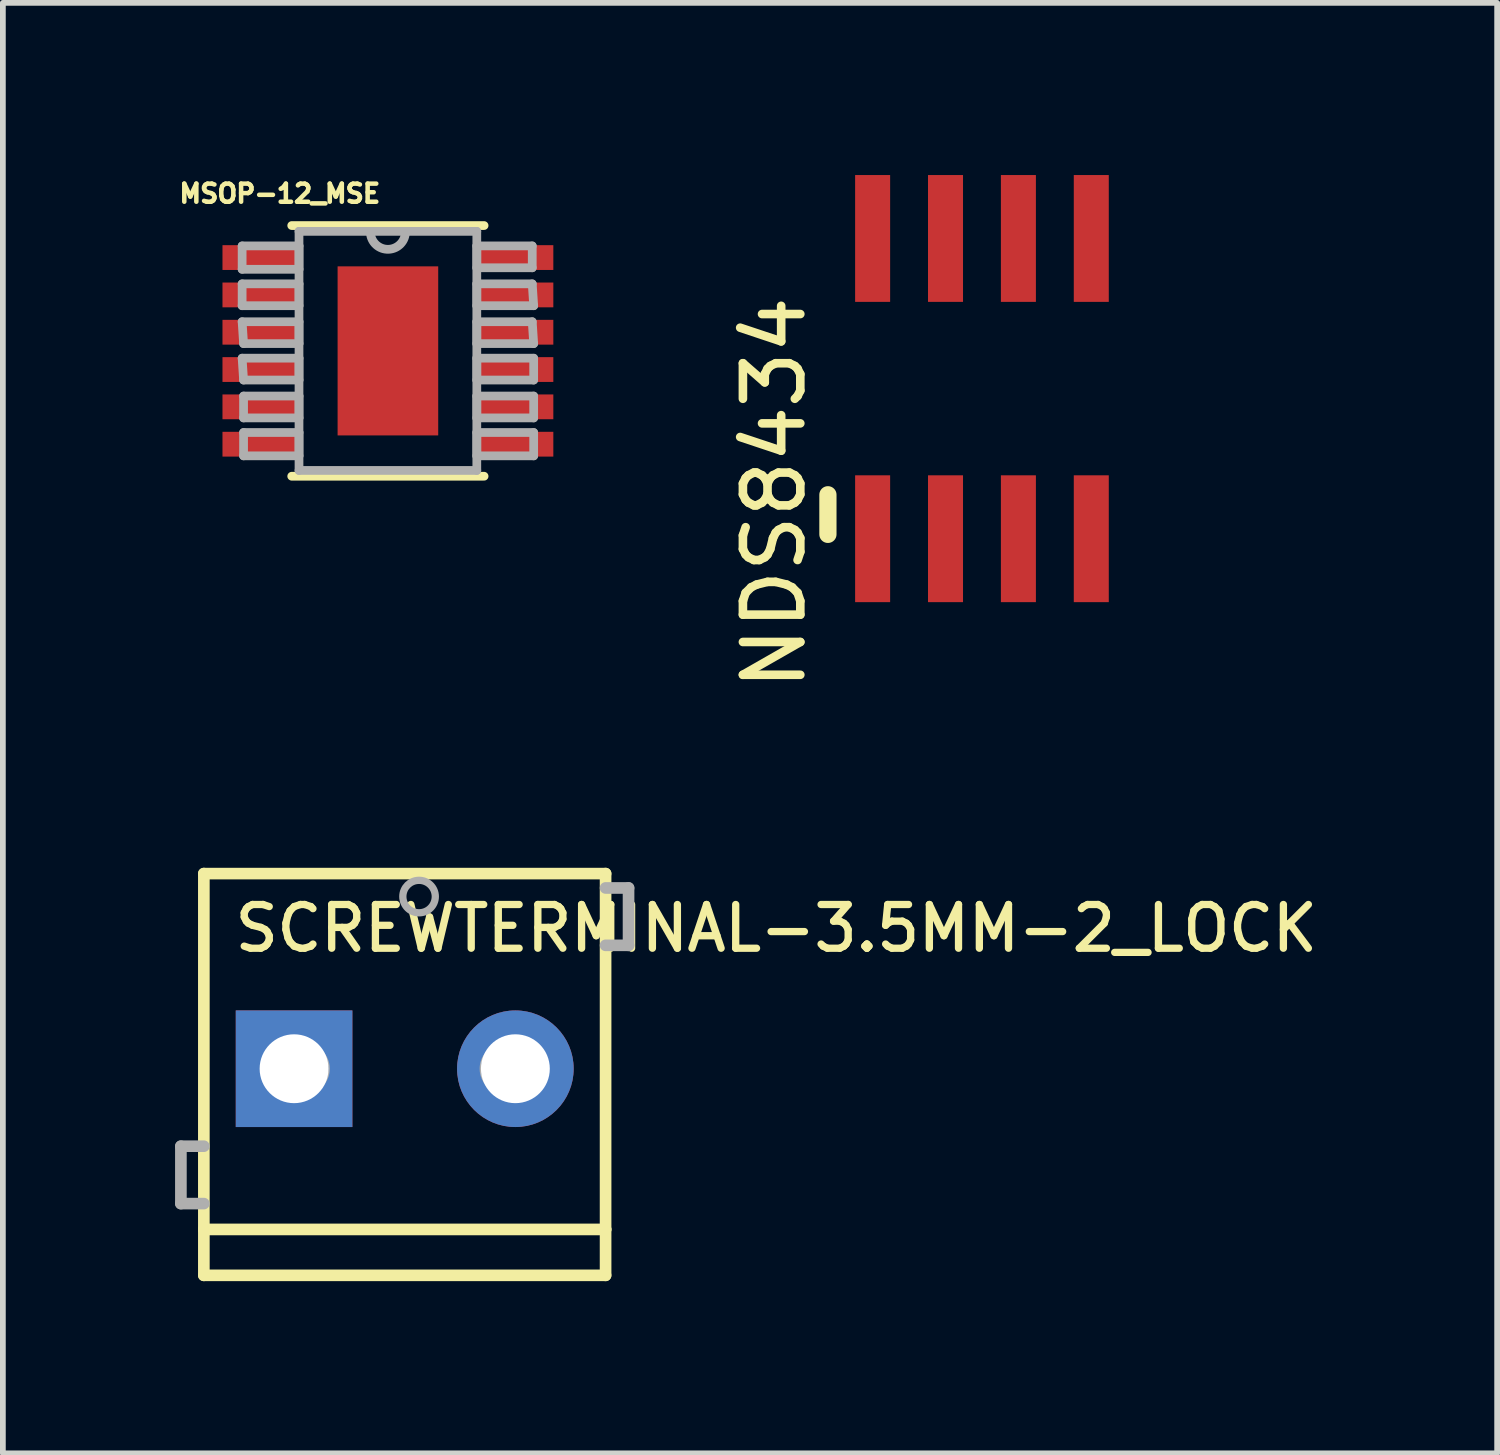
<source format=kicad_pcb>
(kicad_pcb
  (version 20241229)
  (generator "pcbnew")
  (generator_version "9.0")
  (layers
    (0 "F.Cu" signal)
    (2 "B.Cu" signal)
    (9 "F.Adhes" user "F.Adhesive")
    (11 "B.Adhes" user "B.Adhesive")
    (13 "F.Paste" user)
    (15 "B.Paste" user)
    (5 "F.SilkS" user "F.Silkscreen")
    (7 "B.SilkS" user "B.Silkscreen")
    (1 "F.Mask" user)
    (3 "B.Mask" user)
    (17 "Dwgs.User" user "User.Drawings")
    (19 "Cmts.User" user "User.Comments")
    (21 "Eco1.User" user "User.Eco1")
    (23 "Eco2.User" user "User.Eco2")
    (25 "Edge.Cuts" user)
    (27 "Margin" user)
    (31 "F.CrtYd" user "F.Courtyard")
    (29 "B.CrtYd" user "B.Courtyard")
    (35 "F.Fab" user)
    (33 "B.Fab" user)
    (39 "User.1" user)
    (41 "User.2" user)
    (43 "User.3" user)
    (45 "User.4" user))
  (footprint "MSOP-12_MSE"
    (layer "F.Cu")
    (at 3.709 3.064)
    (property "Reference" "MSOP-12_MSE" (at -1.883 -2.741 0) (layer "F.SilkS") (effects (font (size 0.315 0.315) (thickness 0.15))))
    (attr through_hole)
    (fp_line (start -1.676 2.184) (end 1.676 2.184) (stroke (width 0.152) (type solid)) (layer "F.SilkS"))
    (fp_line (start 1.676 -2.184) (end -1.676 -2.184) (stroke (width 0.152) (type solid)) (layer "F.SilkS"))
    (fp_poly (pts (xy -0.776 -1.373) (xy -0.776 -0.1) (xy 0.776 -0.1) (xy 0.776 -1.373)) (stroke (width 0.025) (type solid)) (fill yes) (layer "F.Paste"))
    (fp_poly (pts (xy -0.776 0.1) (xy -0.776 1.373) (xy 0.776 1.373) (xy 0.776 0.1)) (stroke (width 0.025) (type solid)) (fill yes) (layer "F.Paste"))
    (fp_line (start -2.54 -1.829) (end -2.54 -1.422) (stroke (width 0.152) (type solid)) (layer "F.Fab"))
    (fp_line (start -2.54 -1.422) (end -1.549 -1.422) (stroke (width 0.152) (type solid)) (layer "F.Fab"))
    (fp_line (start -2.54 -1.168) (end -2.54 -0.787) (stroke (width 0.152) (type solid)) (layer "F.Fab"))
    (fp_line (start -2.54 -0.787) (end -1.549 -0.787) (stroke (width 0.152) (type solid)) (layer "F.Fab"))
    (fp_line (start -2.54 -0.508) (end -2.515 -0.127) (stroke (width 0.152) (type solid)) (layer "F.Fab"))
    (fp_line (start -2.54 0.127) (end -2.515 0.508) (stroke (width 0.152) (type solid)) (layer "F.Fab"))
    (fp_line (start -2.515 -0.127) (end -1.549 -0.127) (stroke (width 0.152) (type solid)) (layer "F.Fab"))
    (fp_line (start -2.515 0.508) (end -1.549 0.508) (stroke (width 0.152) (type solid)) (layer "F.Fab"))
    (fp_line (start -2.515 0.787) (end -2.515 1.168) (stroke (width 0.152) (type solid)) (layer "F.Fab"))
    (fp_line (start -2.515 1.168) (end -1.549 1.168) (stroke (width 0.152) (type solid)) (layer "F.Fab"))
    (fp_line (start -2.515 1.422) (end -2.515 1.829) (stroke (width 0.152) (type solid)) (layer "F.Fab"))
    (fp_line (start -2.515 1.829) (end -1.549 1.829) (stroke (width 0.152) (type solid)) (layer "F.Fab"))
    (fp_line (start -1.549 -2.083) (end -1.549 2.083) (stroke (width 0.152) (type solid)) (layer "F.Fab"))
    (fp_line (start -1.549 -1.829) (end -2.54 -1.829) (stroke (width 0.152) (type solid)) (layer "F.Fab"))
    (fp_line (start -1.549 -1.422) (end -1.549 -1.829) (stroke (width 0.152) (type solid)) (layer "F.Fab"))
    (fp_line (start -1.549 -1.168) (end -2.54 -1.168) (stroke (width 0.152) (type solid)) (layer "F.Fab"))
    (fp_line (start -1.549 -0.787) (end -1.549 -1.168) (stroke (width 0.152) (type solid)) (layer "F.Fab"))
    (fp_line (start -1.549 -0.508) (end -2.54 -0.508) (stroke (width 0.152) (type solid)) (layer "F.Fab"))
    (fp_line (start -1.549 -0.127) (end -1.549 -0.508) (stroke (width 0.152) (type solid)) (layer "F.Fab"))
    (fp_line (start -1.549 0.127) (end -2.54 0.127) (stroke (width 0.152) (type solid)) (layer "F.Fab"))
    (fp_line (start -1.549 0.508) (end -1.549 0.127) (stroke (width 0.152) (type solid)) (layer "F.Fab"))
    (fp_line (start -1.549 0.787) (end -2.515 0.787) (stroke (width 0.152) (type solid)) (layer "F.Fab"))
    (fp_line (start -1.549 1.168) (end -1.549 0.787) (stroke (width 0.152) (type solid)) (layer "F.Fab"))
    (fp_line (start -1.549 1.422) (end -2.515 1.422) (stroke (width 0.152) (type solid)) (layer "F.Fab"))
    (fp_line (start -1.549 1.829) (end -1.549 1.422) (stroke (width 0.152) (type solid)) (layer "F.Fab"))
    (fp_line (start -1.549 2.083) (end 1.549 2.083) (stroke (width 0.152) (type solid)) (layer "F.Fab"))
    (fp_line (start 0.305 -2.083) (end -1.549 -2.083) (stroke (width 0.152) (type solid)) (layer "F.Fab"))
    (fp_line (start 1.549 -2.083) (end 0.305 -2.083) (stroke (width 0.152) (type solid)) (layer "F.Fab"))
    (fp_line (start 1.549 -1.829) (end 1.549 -1.448) (stroke (width 0.152) (type solid)) (layer "F.Fab"))
    (fp_line (start 1.549 -1.448) (end 2.515 -1.448) (stroke (width 0.152) (type solid)) (layer "F.Fab"))
    (fp_line (start 1.549 -1.168) (end 1.549 -0.787) (stroke (width 0.152) (type solid)) (layer "F.Fab"))
    (fp_line (start 1.549 -0.787) (end 2.54 -0.787) (stroke (width 0.152) (type solid)) (layer "F.Fab"))
    (fp_line (start 1.549 -0.508) (end 1.549 -0.127) (stroke (width 0.152) (type solid)) (layer "F.Fab"))
    (fp_line (start 1.549 -0.127) (end 2.54 -0.127) (stroke (width 0.152) (type solid)) (layer "F.Fab"))
    (fp_line (start 1.549 0.127) (end 1.549 0.508) (stroke (width 0.152) (type solid)) (layer "F.Fab"))
    (fp_line (start 1.549 0.508) (end 2.54 0.508) (stroke (width 0.152) (type solid)) (layer "F.Fab"))
    (fp_line (start 1.549 0.787) (end 1.549 1.168) (stroke (width 0.152) (type solid)) (layer "F.Fab"))
    (fp_line (start 1.549 1.168) (end 2.54 1.168) (stroke (width 0.152) (type solid)) (layer "F.Fab"))
    (fp_line (start 1.549 1.422) (end 1.549 1.829) (stroke (width 0.152) (type solid)) (layer "F.Fab"))
    (fp_line (start 1.549 1.829) (end 2.54 1.829) (stroke (width 0.152) (type solid)) (layer "F.Fab"))
    (fp_line (start 1.549 2.083) (end 1.549 -2.083) (stroke (width 0.152) (type solid)) (layer "F.Fab"))
    (fp_line (start 2.515 -1.829) (end 1.549 -1.829) (stroke (width 0.152) (type solid)) (layer "F.Fab"))
    (fp_line (start 2.515 -1.448) (end 2.515 -1.829) (stroke (width 0.152) (type solid)) (layer "F.Fab"))
    (fp_line (start 2.515 -1.168) (end 1.549 -1.168) (stroke (width 0.152) (type solid)) (layer "F.Fab"))
    (fp_line (start 2.515 -0.508) (end 1.549 -0.508) (stroke (width 0.152) (type solid)) (layer "F.Fab"))
    (fp_line (start 2.54 -0.787) (end 2.515 -1.168) (stroke (width 0.152) (type solid)) (layer "F.Fab"))
    (fp_line (start 2.54 -0.127) (end 2.515 -0.508) (stroke (width 0.152) (type solid)) (layer "F.Fab"))
    (fp_line (start 2.54 0.127) (end 1.549 0.127) (stroke (width 0.152) (type solid)) (layer "F.Fab"))
    (fp_line (start 2.54 0.508) (end 2.54 0.127) (stroke (width 0.152) (type solid)) (layer "F.Fab"))
    (fp_line (start 2.54 0.787) (end 1.549 0.787) (stroke (width 0.152) (type solid)) (layer "F.Fab"))
    (fp_line (start 2.54 1.168) (end 2.54 0.787) (stroke (width 0.152) (type solid)) (layer "F.Fab"))
    (fp_line (start 2.54 1.422) (end 1.549 1.422) (stroke (width 0.152) (type solid)) (layer "F.Fab"))
    (fp_line (start 2.54 1.829) (end 2.54 1.422) (stroke (width 0.152) (type solid)) (layer "F.Fab"))
    (fp_arc (start 0.3048 -2.0828) (mid 0.0127 -1.7653) (end -0.3048 -2.0574) (stroke (width 0.1524) (type solid)) (layer "F.Fab"))
    (pad "1" smd rect (at -2.184 -1.626) (size 1.397 0.432) (layers "F.Cu" "F.Mask" "F.Paste"))
    (pad "2" smd rect (at -2.184 -0.975) (size 1.397 0.432) (layers "F.Cu" "F.Mask" "F.Paste"))
    (pad "3" smd rect (at -2.184 -0.325) (size 1.397 0.432) (layers "F.Cu" "F.Mask" "F.Paste"))
    (pad "4" smd rect (at -2.184 0.325) (size 1.397 0.432) (layers "F.Cu" "F.Mask" "F.Paste"))
    (pad "5" smd rect (at -2.184 0.975) (size 1.397 0.432) (layers "F.Cu" "F.Mask" "F.Paste"))
    (pad "6" smd rect (at -2.184 1.626) (size 1.397 0.432) (layers "F.Cu" "F.Mask" "F.Paste"))
    (pad "7" smd rect (at 2.184 1.626) (size 1.397 0.432) (layers "F.Cu" "F.Mask" "F.Paste"))
    (pad "8" smd rect (at 2.184 0.975) (size 1.397 0.432) (layers "F.Cu" "F.Mask" "F.Paste"))
    (pad "9" smd rect (at 2.184 0.325) (size 1.397 0.432) (layers "F.Cu" "F.Mask" "F.Paste"))
    (pad "10" smd rect (at 2.184 -0.325) (size 1.397 0.432) (layers "F.Cu" "F.Mask" "F.Paste"))
    (pad "11" smd rect (at 2.184 -0.975) (size 1.397 0.432) (layers "F.Cu" "F.Mask" "F.Paste"))
    (pad "12" smd rect (at 2.184 -1.626) (size 1.397 0.432) (layers "F.Cu" "F.Mask" "F.Paste"))
    (pad "13" smd rect (at 0 0) (size 1.753 2.946) (layers "F.Cu" "F.Mask")))
  (footprint "NDS8434"
    (layer "F.Cu")
    (at 14.06 3.721)
    (property "Reference" "NDS8434" (at -3.62 1.82 90) (layer "F.SilkS") (effects (font (size 1 1) (thickness 0.15))))
    (attr smd)
    (fp_line (start -2.684 1.85) (end -2.684 2.54) (stroke (width 0.3) (type solid)) (layer "F.SilkS"))
    (fp_poly (pts (xy -2.087 1.854) (xy -1.727 1.854) (xy -1.727 2.876) (xy -2.087 2.876)) (stroke (width 0.1) (type solid)) (fill no) (layer "Eco2.User"))
    (fp_poly (pts (xy -2.084 -2.87) (xy -1.727 -2.87) (xy -1.727 -1.855) (xy -2.084 -1.855)) (stroke (width 0.1) (type solid)) (fill no) (layer "Eco2.User"))
    (fp_poly (pts (xy -0.813 -2.87) (xy -0.457 -2.87) (xy -0.457 -1.855) (xy -0.813 -1.855)) (stroke (width 0.1) (type solid)) (fill no) (layer "Eco2.User"))
    (fp_poly (pts (xy -0.813 1.854) (xy -0.457 1.854) (xy -0.457 2.872) (xy -0.813 2.872)) (stroke (width 0.1) (type solid)) (fill no) (layer "Eco2.User"))
    (fp_poly (pts (xy 0.457 -2.87) (xy 0.813 -2.87) (xy 0.813 -1.855) (xy 0.457 -1.855)) (stroke (width 0.1) (type solid)) (fill no) (layer "Eco2.User"))
    (fp_poly (pts (xy 0.458 1.854) (xy 0.813 1.854) (xy 0.813 2.872) (xy 0.458 2.872)) (stroke (width 0.1) (type solid)) (fill no) (layer "Eco2.User"))
    (fp_poly (pts (xy 1.728 1.854) (xy 2.083 1.854) (xy 2.083 2.871) (xy 1.728 2.871)) (stroke (width 0.1) (type solid)) (fill no) (layer "Eco2.User"))
    (fp_poly (pts (xy 1.73 -2.87) (xy 2.083 -2.87) (xy 2.083 -1.857) (xy 1.73 -1.857)) (stroke (width 0.1) (type solid)) (fill no) (layer "Eco2.User"))
    (pad "1" smd rect (at -1.905 2.616) (size 0.61 2.21) (layers "F.Cu" "F.Mask" "F.Paste"))
    (pad "2" smd rect (at -0.635 2.616) (size 0.61 2.21) (layers "F.Cu" "F.Mask" "F.Paste"))
    (pad "3" smd rect (at 0.635 2.616) (size 0.61 2.21) (layers "F.Cu" "F.Mask" "F.Paste"))
    (pad "4" smd rect (at 1.905 2.616) (size 0.61 2.21) (layers "F.Cu" "F.Mask" "F.Paste"))
    (pad "5" smd rect (at 1.905 -2.616) (size 0.61 2.21) (layers "F.Cu" "F.Mask" "F.Paste"))
    (pad "6" smd rect (at 0.635 -2.616) (size 0.61 2.21) (layers "F.Cu" "F.Mask" "F.Paste"))
    (pad "7" smd rect (at -0.635 -2.616) (size 0.61 2.21) (layers "F.Cu" "F.Mask" "F.Paste"))
    (pad "8" smd rect (at -1.905 -2.616) (size 0.61 2.21) (layers "F.Cu" "F.Mask" "F.Paste")))
  (footprint "SCREWTERMINAL-3.5MM-2_LOCK"
    (layer "F.Cu")
    (at 2.252 15.572)
    (property "Reference" "SCREWTERMINAL-3.5MM-2_LOCK" (at -1.275 -2 0) (layer "F.SilkS") (effects (font (size 0.762 0.762) (thickness 0.127)) (justify left bottom)))
    (attr through_hole)
    (fp_line (start -1.75 -3.4) (end 5.25 -3.4) (stroke (width 0.203) (type solid)) (layer "F.SilkS"))
    (fp_line (start -1.75 2.8) (end -1.75 -3.4) (stroke (width 0.203) (type solid)) (layer "F.SilkS"))
    (fp_line (start -1.75 3.6) (end -1.75 2.8) (stroke (width 0.203) (type solid)) (layer "F.SilkS"))
    (fp_line (start 5.25 -3.4) (end 5.25 2.8) (stroke (width 0.203) (type solid)) (layer "F.SilkS"))
    (fp_line (start 5.25 2.8) (end -1.75 2.8) (stroke (width 0.203) (type solid)) (layer "F.SilkS"))
    (fp_line (start 5.25 2.8) (end 5.25 3.6) (stroke (width 0.203) (type solid)) (layer "F.SilkS"))
    (fp_line (start 5.25 3.6) (end -1.75 3.6) (stroke (width 0.203) (type solid)) (layer "F.SilkS"))
    (fp_line (start -2.15 1.35) (end -2.15 2.35) (stroke (width 0.203) (type solid)) (layer "F.Fab"))
    (fp_line (start -2.15 2.35) (end -1.75 2.35) (stroke (width 0.203) (type solid)) (layer "F.Fab"))
    (fp_line (start -1.75 1.35) (end -2.15 1.35) (stroke (width 0.203) (type solid)) (layer "F.Fab"))
    (fp_line (start 5.25 -3.15) (end 5.65 -3.15) (stroke (width 0.203) (type solid)) (layer "F.Fab"))
    (fp_line (start 5.65 -3.15) (end 5.65 -2.15) (stroke (width 0.203) (type solid)) (layer "F.Fab"))
    (fp_line (start 5.65 -2.15) (end 5.25 -2.15) (stroke (width 0.203) (type solid)) (layer "F.Fab"))
    (fp_circle (center 0 0) (end 0.432 0) (stroke (width 0.025) (type solid)) (fill no) (layer "F.Fab"))
    (fp_circle (center 2 -3) (end 2.283 -3) (stroke (width 0.127) (type solid)) (fill no) (layer "F.Fab"))
    (fp_circle (center 3.5 0) (end 3.932 0) (stroke (width 0.025) (type solid)) (fill no) (layer "F.Fab"))
    (pad "1" thru_hole rect (at -0.178 0) (size 2.032 2.032) (drill 1.2) (layers "*.Cu" "*.Mask"))
    (pad "2" thru_hole circle (at 3.678 0) (size 2.032 2.032) (drill 1.2) (layers "*.Cu" "*.Mask")))
  (gr_rect
    (start -3 -3)
    (end 23.037 22.274)
    (stroke (width 0.1) (type default))
    (fill no)
    (layer "Edge.Cuts")))
</source>
